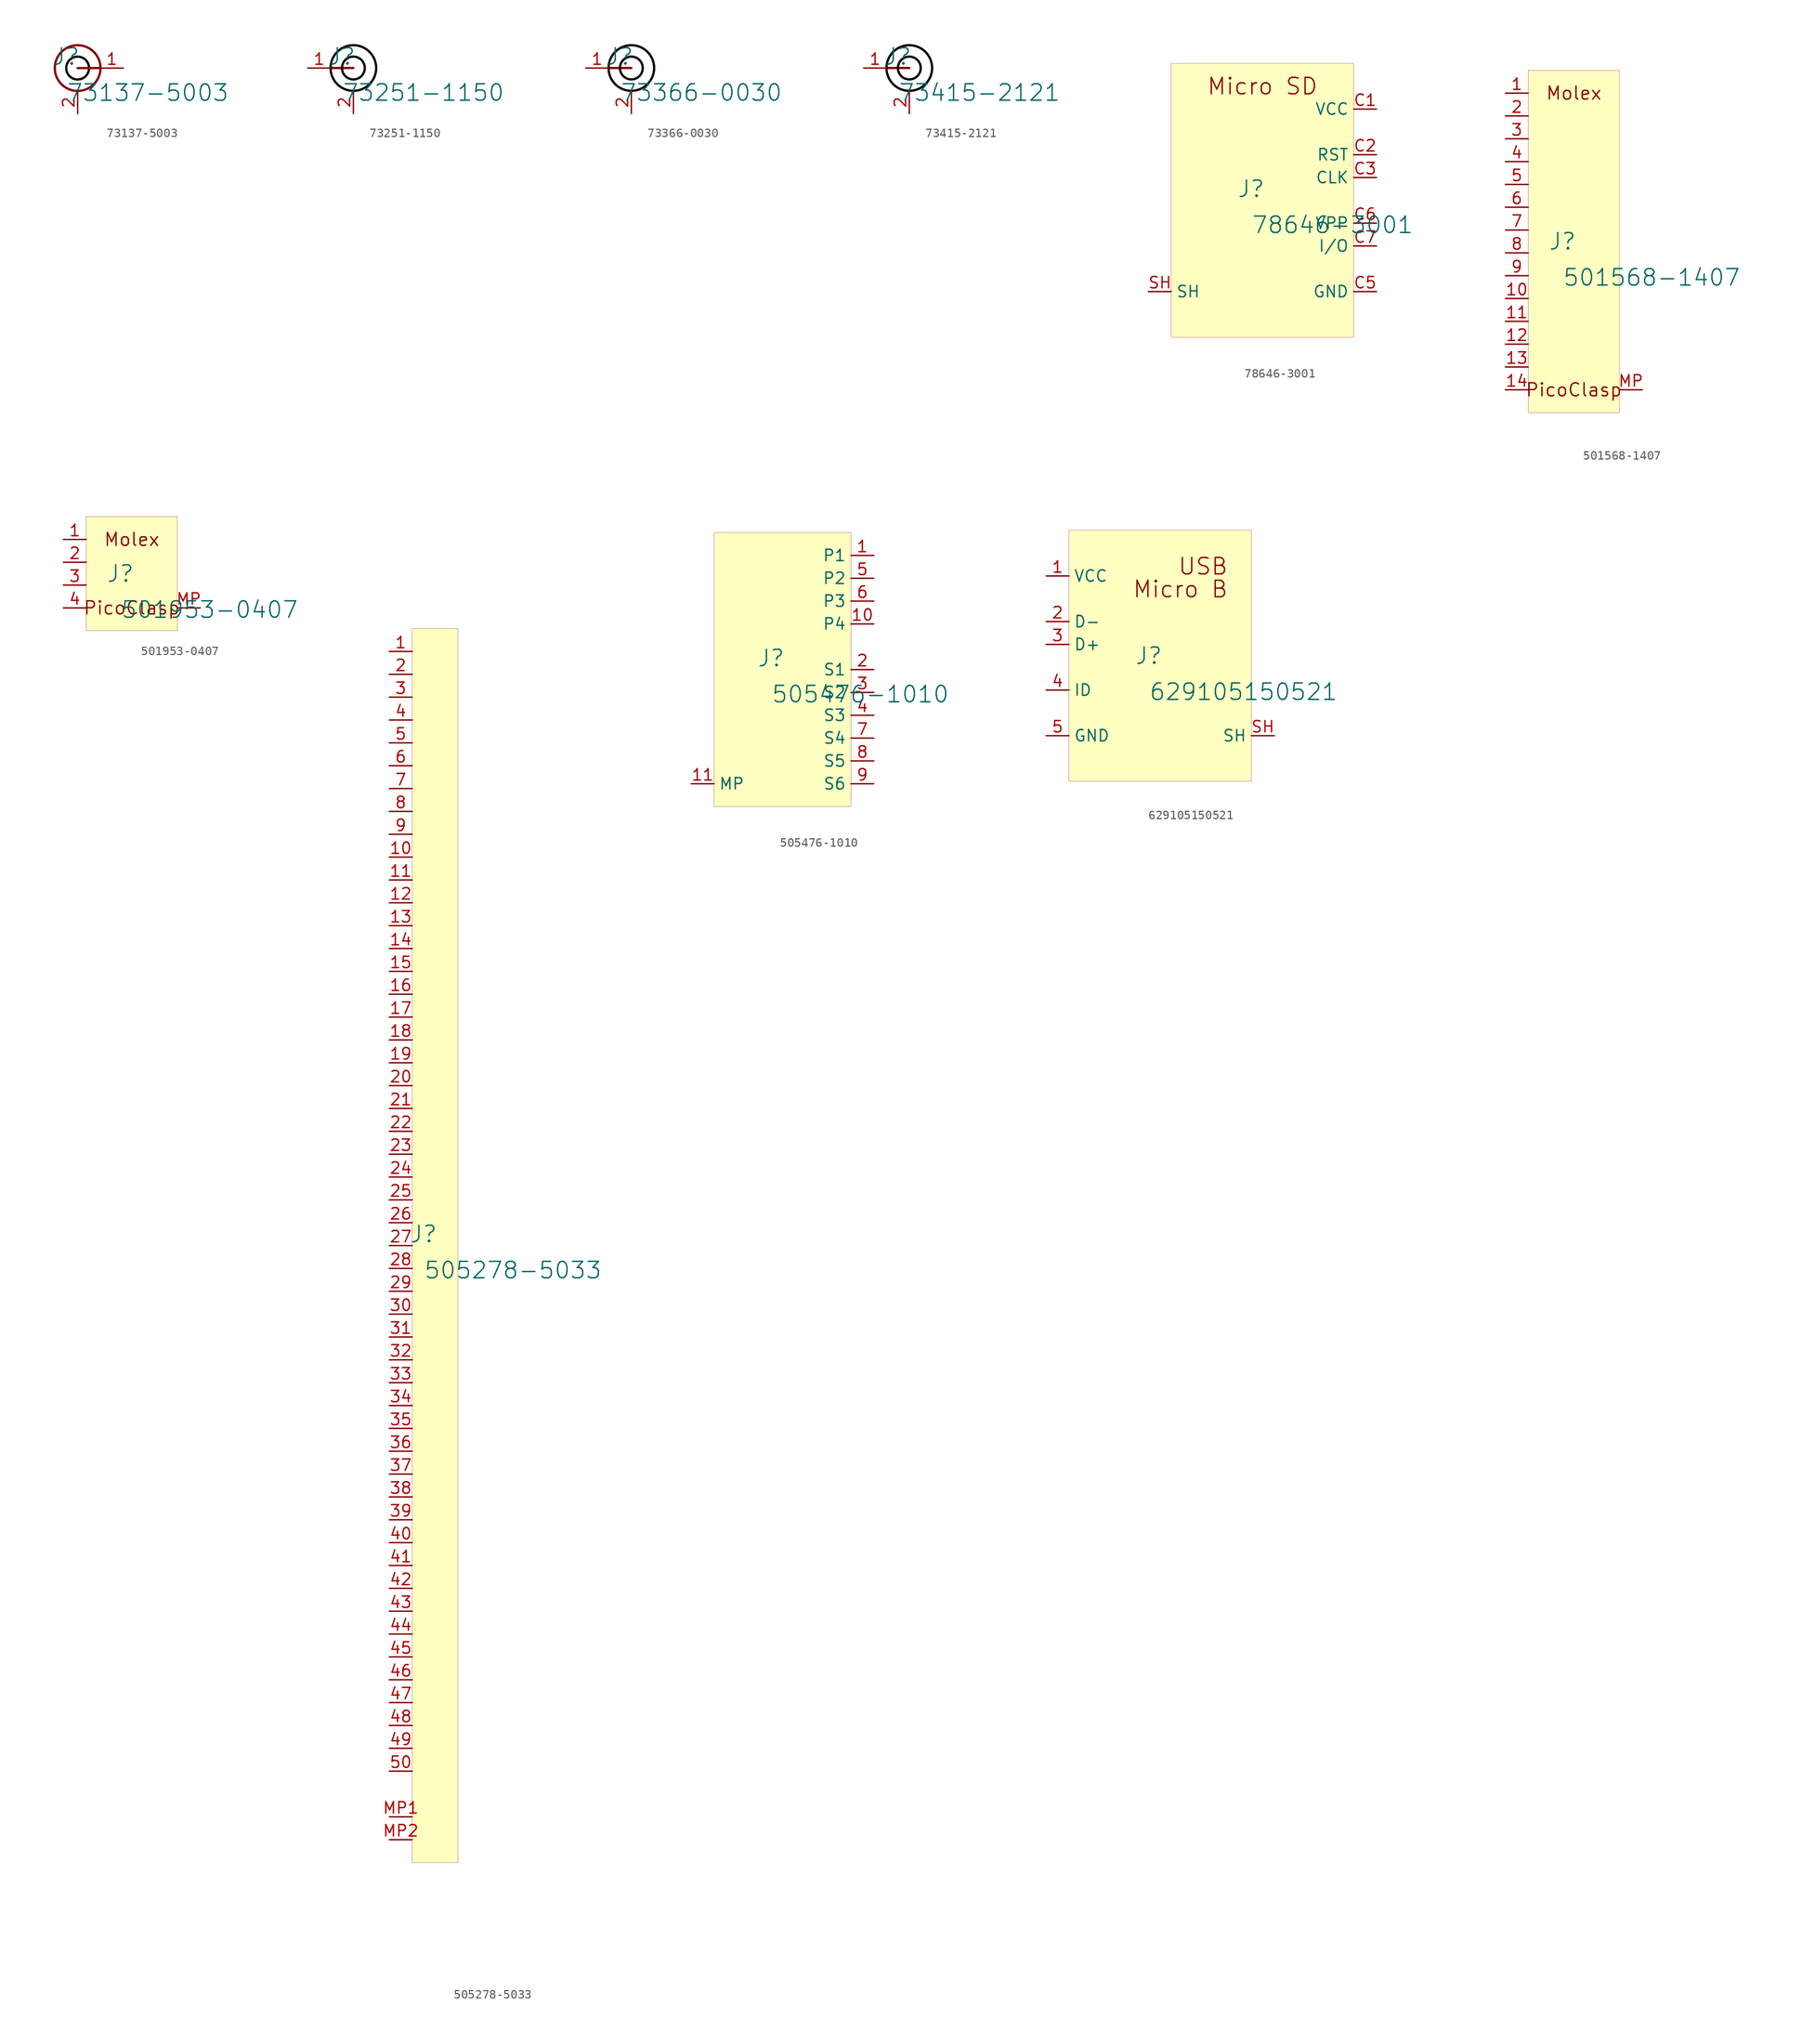
<source format=kicad_sym>
(kicad_symbol_lib
  (version 20231120)
  (generator "kicad_symbol_editor")
  (generator_version "8.0")
  (symbol "73137-5003"
    (property "Reference" "J"
      (at -1.27 1.27 0)
      (effects (font (size 1.829 1.829))))
    (property "Value" "73137-5003"
      (at -1.27 -3.81 0)
      (effects (font (size 1.829 1.829)) (justify left bottom)))
    (symbol "73137-5003_1_0"
      (polyline (pts (xy 2.54 0) (xy 0 0)) (stroke (width 0.254) (type solid)) (fill (type none)))
      (circle (center 0 0) (radius 1.27) (stroke (width 0.254) (type solid) (color 0 0 0 1)) (fill (type none)))
      (circle (center 0 0) (radius 2.54) (stroke (width 0.254) (type solid)) (fill (type none)))
      (pin passive line (at 5.08 0 180) (length 2.54) (name "1" (effects (font (size 0 0)))) (number "1" (effects (font (size 1.27 1.27)))))
      (pin passive line (at 0 -5.08 90) (length 2.54) (name "2" (effects (font (size 0 0)))) (number "2" (effects (font (size 1.27 1.27)))))))
  (symbol "73251-1150"
    (property "Reference" "J"
      (at -1.27 1.27 0)
      (effects (font (size 1.829 1.829))))
    (property "Value" "73251-1150"
      (at -1.27 -3.81 0)
      (effects (font (size 1.829 1.829)) (justify left bottom)))
    (symbol "73251-1150_1_0"
      (polyline (pts (xy -2.54 0) (xy 0 0)) (stroke (width 0.254) (type solid)) (fill (type none)))
      (circle (center 0 0) (radius 1.27) (stroke (width 0.254) (type solid) (color 0 0 0 1)) (fill (type none)))
      (circle (center 0 0) (radius 2.54) (stroke (width 0.254) (type solid) (color 0 0 0 1)) (fill (type none)))
      (pin passive line (at -5.08 0 0) (length 2.54) (name "1" (effects (font (size 0 0)))) (number "1" (effects (font (size 1.27 1.27)))))
      (pin passive line (at 0 -5.08 90) (length 2.54) (name "2" (effects (font (size 0 0)))) (number "2" (effects (font (size 1.27 1.27)))))))
  (symbol "73366-0030"
    (property "Reference" "J"
      (at -1.27 1.27 0)
      (effects (font (size 1.829 1.829))))
    (property "Value" "73366-0030"
      (at -1.27 -3.81 0)
      (effects (font (size 1.829 1.829)) (justify left bottom)))
    (symbol "73366-0030_1_0"
      (polyline (pts (xy -2.54 0) (xy 0 0)) (stroke (width 0.254) (type solid)) (fill (type none)))
      (circle (center 0 0) (radius 1.27) (stroke (width 0.254) (type solid) (color 0 0 0 1)) (fill (type none)))
      (circle (center 0 0) (radius 2.54) (stroke (width 0.254) (type solid) (color 0 0 0 1)) (fill (type none)))
      (pin passive line (at -5.08 0 0) (length 2.54) (name "1" (effects (font (size 0 0)))) (number "1" (effects (font (size 1.27 1.27)))))
      (pin passive line (at 0 -5.08 90) (length 2.54) (name "2" (effects (font (size 0 0)))) (number "2" (effects (font (size 1.27 1.27)))))))
  (symbol "73415-2121"
    (property "Reference" "J"
      (at -1.27 1.27 0)
      (effects (font (size 1.829 1.829))))
    (property "Value" "73415-2121"
      (at -1.27 -3.81 0)
      (effects (font (size 1.829 1.829)) (justify left bottom)))
    (symbol "73415-2121_1_0"
      (polyline (pts (xy -2.54 0) (xy 0 0)) (stroke (width 0.254) (type solid)) (fill (type none)))
      (circle (center 0 0) (radius 1.27) (stroke (width 0.254) (type solid) (color 0 0 0 1)) (fill (type none)))
      (circle (center 0 0) (radius 2.54) (stroke (width 0.254) (type solid) (color 0 0 0 1)) (fill (type none)))
      (pin passive line (at -5.08 0 0) (length 2.54) (name "1" (effects (font (size 0 0)))) (number "1" (effects (font (size 1.27 1.27)))))
      (pin passive line (at 0 -5.08 90) (length 2.54) (name "2" (effects (font (size 0 0)))) (number "2" (effects (font (size 1.27 1.27)))))))
  (symbol "78646-3001"
    (property "Reference" "J"
      (at -1.27 1.27 0)
      (effects (font (size 1.829 1.829))))
    (property "Value" "78646-3001"
      (at -1.27 -3.81 0)
      (effects (font (size 1.829 1.829)) (justify left bottom)))
    (symbol "78646-3001_1_0"
      (rectangle (start -10.16 15.24) (end 10.16 -15.24) (stroke (width 0.025) (type solid)) (fill (type background)))
      (text "Micro SD" (at 0 12.7 0) (effects (font (size 1.829 1.829))))
      (pin passive line (at 12.7 10.16 180) (length 2.54) (name "VCC" (effects (font (size 1.27 1.27)))) (number "C1" (effects (font (size 1.27 1.27)))))
      (pin passive line (at 12.7 5.08 180) (length 2.54) (name "RST" (effects (font (size 1.27 1.27)))) (number "C2" (effects (font (size 1.27 1.27)))))
      (pin passive line (at 12.7 2.54 180) (length 2.54) (name "CLK" (effects (font (size 1.27 1.27)))) (number "C3" (effects (font (size 1.27 1.27)))))
      (pin passive line (at 12.7 -10.16 180) (length 2.54) (name "GND" (effects (font (size 1.27 1.27)))) (number "C5" (effects (font (size 1.27 1.27)))))
      (pin passive line (at 12.7 -2.54 180) (length 2.54) (name "VPP" (effects (font (size 1.27 1.27)))) (number "C6" (effects (font (size 1.27 1.27)))))
      (pin passive line (at 12.7 -5.08 180) (length 2.54) (name "I/O" (effects (font (size 1.27 1.27)))) (number "C7" (effects (font (size 1.27 1.27)))))
      (pin passive line (at -12.7 -10.16 0) (length 2.54) (name "SH" (effects (font (size 1.27 1.27)))) (number "SH" (effects (font (size 1.27 1.27)))))))
  (symbol "501568-1407"
    (property "Reference" "J"
      (at -1.27 1.27 0)
      (effects (font (size 1.829 1.829))))
    (property "Value" "501568-1407"
      (at -1.27 -3.81 0)
      (effects (font (size 1.829 1.829)) (justify left bottom)))
    (symbol "501568-1407_1_0"
      (rectangle (start 5.08 20.32) (end -5.08 -17.78) (stroke (width 0.025) (type solid) (color 128 0 0 1)) (fill (type background)))
      (text "Molex" (at 0 17.78 0) (effects (font (size 1.448 1.448))))
      (text "PicoClasp" (at 0 -15.24 0) (effects (font (size 1.448 1.448))))
      (pin passive line (at -7.62 17.78 0) (length 2.54) (name "1" (effects (font (size 0 0)))) (number "1" (effects (font (size 1.27 1.27)))))
      (pin passive line (at -7.62 -5.08 0) (length 2.54) (name "10" (effects (font (size 0 0)))) (number "10" (effects (font (size 1.27 1.27)))))
      (pin passive line (at -7.62 -7.62 0) (length 2.54) (name "11" (effects (font (size 0 0)))) (number "11" (effects (font (size 1.27 1.27)))))
      (pin passive line (at -7.62 -10.16 0) (length 2.54) (name "12" (effects (font (size 0 0)))) (number "12" (effects (font (size 1.27 1.27)))))
      (pin passive line (at -7.62 -12.7 0) (length 2.54) (name "13" (effects (font (size 0 0)))) (number "13" (effects (font (size 1.27 1.27)))))
      (pin passive line (at -7.62 -15.24 0) (length 2.54) (name "14" (effects (font (size 0 0)))) (number "14" (effects (font (size 1.27 1.27)))))
      (pin passive line (at -7.62 15.24 0) (length 2.54) (name "2" (effects (font (size 0 0)))) (number "2" (effects (font (size 1.27 1.27)))))
      (pin passive line (at -7.62 12.7 0) (length 2.54) (name "3" (effects (font (size 0 0)))) (number "3" (effects (font (size 1.27 1.27)))))
      (pin passive line (at -7.62 10.16 0) (length 2.54) (name "4" (effects (font (size 0 0)))) (number "4" (effects (font (size 1.27 1.27)))))
      (pin passive line (at -7.62 7.62 0) (length 2.54) (name "5" (effects (font (size 0 0)))) (number "5" (effects (font (size 1.27 1.27)))))
      (pin passive line (at -7.62 5.08 0) (length 2.54) (name "6" (effects (font (size 0 0)))) (number "6" (effects (font (size 1.27 1.27)))))
      (pin passive line (at -7.62 2.54 0) (length 2.54) (name "7" (effects (font (size 0 0)))) (number "7" (effects (font (size 1.27 1.27)))))
      (pin passive line (at -7.62 0 0) (length 2.54) (name "8" (effects (font (size 0 0)))) (number "8" (effects (font (size 1.27 1.27)))))
      (pin passive line (at -7.62 -2.54 0) (length 2.54) (name "9" (effects (font (size 0 0)))) (number "9" (effects (font (size 1.27 1.27)))))
      (pin passive line (at 7.62 -15.24 180) (length 2.54) (name "MP" (effects (font (size 0 0)))) (number "MP" (effects (font (size 1.27 1.27)))))))
  (symbol "501953-0407"
    (property "Reference" "J"
      (at -1.27 1.27 0)
      (effects (font (size 1.829 1.829))))
    (property "Value" "501953-0407"
      (at -1.27 -3.81 0)
      (effects (font (size 1.829 1.829)) (justify left bottom)))
    (symbol "501953-0407_1_0"
      (rectangle (start 5.08 7.62) (end -5.08 -5.08) (stroke (width 0.025) (type solid) (color 128 0 0 1)) (fill (type background)))
      (text "Molex" (at 0 5.08 0) (effects (font (size 1.448 1.448))))
      (text "PicoClasp" (at 0 -2.54 0) (effects (font (size 1.448 1.448))))
      (pin passive line (at -7.62 5.08 0) (length 2.54) (name "1" (effects (font (size 0 0)))) (number "1" (effects (font (size 1.27 1.27)))))
      (pin passive line (at -7.62 2.54 0) (length 2.54) (name "2" (effects (font (size 0 0)))) (number "2" (effects (font (size 1.27 1.27)))))
      (pin passive line (at -7.62 0 0) (length 2.54) (name "3" (effects (font (size 0 0)))) (number "3" (effects (font (size 1.27 1.27)))))
      (pin passive line (at -7.62 -2.54 0) (length 2.54) (name "4" (effects (font (size 0 0)))) (number "4" (effects (font (size 1.27 1.27)))))
      (pin passive line (at 7.62 -2.54 180) (length 2.54) (name "MP" (effects (font (size 0 0)))) (number "MP" (effects (font (size 1.27 1.27)))))))
  (symbol "505278-5033"
    (property "Reference" "J"
      (at -1.27 1.27 0)
      (effects (font (size 1.829 1.829))))
    (property "Value" "505278-5033"
      (at -1.27 -3.81 0)
      (effects (font (size 1.829 1.829)) (justify left bottom)))
    (symbol "505278-5033_1_0"
      (rectangle (start 2.54 68.58) (end -2.54 -68.58) (stroke (width 0.025) (type solid) (color 128 0 0 1)) (fill (type background)))
      (pin passive line (at -5.08 66.04 0) (length 2.54) (name "" (effects (font (size 0 0)))) (number "1" (effects (font (size 1.27 1.27)))))
      (pin passive line (at -5.08 43.18 0) (length 2.54) (name "" (effects (font (size 0 0)))) (number "10" (effects (font (size 1.27 1.27)))))
      (pin passive line (at -5.08 40.64 0) (length 2.54) (name "" (effects (font (size 0 0)))) (number "11" (effects (font (size 1.27 1.27)))))
      (pin passive line (at -5.08 38.1 0) (length 2.54) (name "" (effects (font (size 0 0)))) (number "12" (effects (font (size 1.27 1.27)))))
      (pin passive line (at -5.08 35.56 0) (length 2.54) (name "" (effects (font (size 0 0)))) (number "13" (effects (font (size 1.27 1.27)))))
      (pin passive line (at -5.08 33.02 0) (length 2.54) (name "" (effects (font (size 0 0)))) (number "14" (effects (font (size 1.27 1.27)))))
      (pin passive line (at -5.08 30.48 0) (length 2.54) (name "" (effects (font (size 0 0)))) (number "15" (effects (font (size 1.27 1.27)))))
      (pin passive line (at -5.08 27.94 0) (length 2.54) (name "" (effects (font (size 0 0)))) (number "16" (effects (font (size 1.27 1.27)))))
      (pin passive line (at -5.08 25.4 0) (length 2.54) (name "" (effects (font (size 0 0)))) (number "17" (effects (font (size 1.27 1.27)))))
      (pin passive line (at -5.08 22.86 0) (length 2.54) (name "" (effects (font (size 0 0)))) (number "18" (effects (font (size 1.27 1.27)))))
      (pin passive line (at -5.08 20.32 0) (length 2.54) (name "" (effects (font (size 0 0)))) (number "19" (effects (font (size 1.27 1.27)))))
      (pin passive line (at -5.08 63.5 0) (length 2.54) (name "" (effects (font (size 0 0)))) (number "2" (effects (font (size 1.27 1.27)))))
      (pin passive line (at -5.08 17.78 0) (length 2.54) (name "" (effects (font (size 0 0)))) (number "20" (effects (font (size 1.27 1.27)))))
      (pin passive line (at -5.08 15.24 0) (length 2.54) (name "" (effects (font (size 0 0)))) (number "21" (effects (font (size 1.27 1.27)))))
      (pin passive line (at -5.08 12.7 0) (length 2.54) (name "" (effects (font (size 0 0)))) (number "22" (effects (font (size 1.27 1.27)))))
      (pin passive line (at -5.08 10.16 0) (length 2.54) (name "" (effects (font (size 0 0)))) (number "23" (effects (font (size 1.27 1.27)))))
      (pin passive line (at -5.08 7.62 0) (length 2.54) (name "" (effects (font (size 0 0)))) (number "24" (effects (font (size 1.27 1.27)))))
      (pin passive line (at -5.08 5.08 0) (length 2.54) (name "" (effects (font (size 0 0)))) (number "25" (effects (font (size 1.27 1.27)))))
      (pin passive line (at -5.08 2.54 0) (length 2.54) (name "" (effects (font (size 0 0)))) (number "26" (effects (font (size 1.27 1.27)))))
      (pin passive line (at -5.08 0 0) (length 2.54) (name "" (effects (font (size 0 0)))) (number "27" (effects (font (size 1.27 1.27)))))
      (pin passive line (at -5.08 -2.54 0) (length 2.54) (name "" (effects (font (size 0 0)))) (number "28" (effects (font (size 1.27 1.27)))))
      (pin passive line (at -5.08 -5.08 0) (length 2.54) (name "" (effects (font (size 0 0)))) (number "29" (effects (font (size 1.27 1.27)))))
      (pin passive line (at -5.08 60.96 0) (length 2.54) (name "" (effects (font (size 0 0)))) (number "3" (effects (font (size 1.27 1.27)))))
      (pin passive line (at -5.08 -7.62 0) (length 2.54) (name "" (effects (font (size 0 0)))) (number "30" (effects (font (size 1.27 1.27)))))
      (pin passive line (at -5.08 -10.16 0) (length 2.54) (name "" (effects (font (size 0 0)))) (number "31" (effects (font (size 1.27 1.27)))))
      (pin passive line (at -5.08 -12.7 0) (length 2.54) (name "" (effects (font (size 0 0)))) (number "32" (effects (font (size 1.27 1.27)))))
      (pin passive line (at -5.08 -15.24 0) (length 2.54) (name "" (effects (font (size 0 0)))) (number "33" (effects (font (size 1.27 1.27)))))
      (pin passive line (at -5.08 -17.78 0) (length 2.54) (name "" (effects (font (size 0 0)))) (number "34" (effects (font (size 1.27 1.27)))))
      (pin passive line (at -5.08 -20.32 0) (length 2.54) (name "" (effects (font (size 0 0)))) (number "35" (effects (font (size 1.27 1.27)))))
      (pin passive line (at -5.08 -22.86 0) (length 2.54) (name "" (effects (font (size 0 0)))) (number "36" (effects (font (size 1.27 1.27)))))
      (pin passive line (at -5.08 -25.4 0) (length 2.54) (name "" (effects (font (size 0 0)))) (number "37" (effects (font (size 1.27 1.27)))))
      (pin passive line (at -5.08 -27.94 0) (length 2.54) (name "" (effects (font (size 0 0)))) (number "38" (effects (font (size 1.27 1.27)))))
      (pin passive line (at -5.08 -30.48 0) (length 2.54) (name "" (effects (font (size 0 0)))) (number "39" (effects (font (size 1.27 1.27)))))
      (pin passive line (at -5.08 58.42 0) (length 2.54) (name "" (effects (font (size 0 0)))) (number "4" (effects (font (size 1.27 1.27)))))
      (pin passive line (at -5.08 -33.02 0) (length 2.54) (name "" (effects (font (size 0 0)))) (number "40" (effects (font (size 1.27 1.27)))))
      (pin passive line (at -5.08 -35.56 0) (length 2.54) (name "" (effects (font (size 0 0)))) (number "41" (effects (font (size 1.27 1.27)))))
      (pin passive line (at -5.08 -38.1 0) (length 2.54) (name "" (effects (font (size 0 0)))) (number "42" (effects (font (size 1.27 1.27)))))
      (pin passive line (at -5.08 -40.64 0) (length 2.54) (name "" (effects (font (size 0 0)))) (number "43" (effects (font (size 1.27 1.27)))))
      (pin passive line (at -5.08 -43.18 0) (length 2.54) (name "" (effects (font (size 0 0)))) (number "44" (effects (font (size 1.27 1.27)))))
      (pin passive line (at -5.08 -45.72 0) (length 2.54) (name "" (effects (font (size 0 0)))) (number "45" (effects (font (size 1.27 1.27)))))
      (pin passive line (at -5.08 -48.26 0) (length 2.54) (name "" (effects (font (size 0 0)))) (number "46" (effects (font (size 1.27 1.27)))))
      (pin passive line (at -5.08 -50.8 0) (length 2.54) (name "" (effects (font (size 0 0)))) (number "47" (effects (font (size 1.27 1.27)))))
      (pin passive line (at -5.08 -53.34 0) (length 2.54) (name "" (effects (font (size 0 0)))) (number "48" (effects (font (size 1.27 1.27)))))
      (pin passive line (at -5.08 -55.88 0) (length 2.54) (name "" (effects (font (size 0 0)))) (number "49" (effects (font (size 1.27 1.27)))))
      (pin passive line (at -5.08 55.88 0) (length 2.54) (name "" (effects (font (size 0 0)))) (number "5" (effects (font (size 1.27 1.27)))))
      (pin passive line (at -5.08 -58.42 0) (length 2.54) (name "" (effects (font (size 0 0)))) (number "50" (effects (font (size 1.27 1.27)))))
      (pin passive line (at -5.08 53.34 0) (length 2.54) (name "" (effects (font (size 0 0)))) (number "6" (effects (font (size 1.27 1.27)))))
      (pin passive line (at -5.08 50.8 0) (length 2.54) (name "" (effects (font (size 0 0)))) (number "7" (effects (font (size 1.27 1.27)))))
      (pin passive line (at -5.08 48.26 0) (length 2.54) (name "" (effects (font (size 0 0)))) (number "8" (effects (font (size 1.27 1.27)))))
      (pin passive line (at -5.08 45.72 0) (length 2.54) (name "" (effects (font (size 0 0)))) (number "9" (effects (font (size 1.27 1.27)))))
      (pin passive line (at -5.08 -63.5 0) (length 2.54) (name "" (effects (font (size 0 0)))) (number "MP1" (effects (font (size 1.27 1.27)))))
      (pin passive line (at -5.08 -66.04 0) (length 2.54) (name "" (effects (font (size 0 0)))) (number "MP2" (effects (font (size 1.27 1.27)))))))
  (symbol "505476-1010"
    (property "Reference" "J"
      (at -1.27 1.27 0)
      (effects (font (size 1.829 1.829))))
    (property "Value" "505476-1010"
      (at -1.27 -3.81 0)
      (effects (font (size 1.829 1.829)) (justify left bottom)))
    (symbol "505476-1010_1_0"
      (rectangle (start 7.62 15.24) (end -7.62 -15.24) (stroke (width 0.025) (type solid) (color 128 0 0 1)) (fill (type background)))
      (pin power_in line (at 10.16 12.7 180) (length 2.54) (name "P1" (effects (font (size 1.27 1.27)))) (number "1" (effects (font (size 1.27 1.27)))))
      (pin power_in line (at 10.16 5.08 180) (length 2.54) (name "P4" (effects (font (size 1.27 1.27)))) (number "10" (effects (font (size 1.27 1.27)))))
      (pin passive line (at -10.16 -12.7 0) (length 2.54) (name "MP" (effects (font (size 1.27 1.27)))) (number "11" (effects (font (size 1.27 1.27)))))
      (pin bidirectional line (at 10.16 0 180) (length 2.54) (name "S1" (effects (font (size 1.27 1.27)))) (number "2" (effects (font (size 1.27 1.27)))))
      (pin bidirectional line (at 10.16 -2.54 180) (length 2.54) (name "S2" (effects (font (size 1.27 1.27)))) (number "3" (effects (font (size 1.27 1.27)))))
      (pin bidirectional line (at 10.16 -5.08 180) (length 2.54) (name "S3" (effects (font (size 1.27 1.27)))) (number "4" (effects (font (size 1.27 1.27)))))
      (pin power_in line (at 10.16 10.16 180) (length 2.54) (name "P2" (effects (font (size 1.27 1.27)))) (number "5" (effects (font (size 1.27 1.27)))))
      (pin power_in line (at 10.16 7.62 180) (length 2.54) (name "P3" (effects (font (size 1.27 1.27)))) (number "6" (effects (font (size 1.27 1.27)))))
      (pin bidirectional line (at 10.16 -7.62 180) (length 2.54) (name "S4" (effects (font (size 1.27 1.27)))) (number "7" (effects (font (size 1.27 1.27)))))
      (pin bidirectional line (at 10.16 -10.16 180) (length 2.54) (name "S5" (effects (font (size 1.27 1.27)))) (number "8" (effects (font (size 1.27 1.27)))))
      (pin bidirectional line (at 10.16 -12.7 180) (length 2.54) (name "S6" (effects (font (size 1.27 1.27)))) (number "9" (effects (font (size 1.27 1.27)))))))
  (symbol "629105150521"
    (property "Reference" "J"
      (at -1.27 1.27 0)
      (effects (font (size 1.829 1.829))))
    (property "Value" "629105150521"
      (at -1.27 -3.81 0)
      (effects (font (size 1.829 1.829)) (justify left bottom)))
    (symbol "629105150521_1_0"
      (rectangle (start -10.16 15.24) (end 10.16 -12.7) (stroke (width 0.025) (type solid)) (fill (type background)))
      (text "Micro B" (at 7.62 7.62 0) (effects (font (size 1.829 1.829)) (justify right bottom)))
      (text "USB" (at 7.62 10.16 0) (effects (font (size 1.829 1.829)) (justify right bottom)))
      (pin passive line (at -12.7 10.16 0) (length 2.54) (name "VCC" (effects (font (size 1.27 1.27)))) (number "1" (effects (font (size 1.27 1.27)))))
      (pin passive line (at -12.7 5.08 0) (length 2.54) (name "D-" (effects (font (size 1.27 1.27)))) (number "2" (effects (font (size 1.27 1.27)))))
      (pin passive line (at -12.7 2.54 0) (length 2.54) (name "D+" (effects (font (size 1.27 1.27)))) (number "3" (effects (font (size 1.27 1.27)))))
      (pin passive line (at -12.7 -2.54 0) (length 2.54) (name "ID" (effects (font (size 1.27 1.27)))) (number "4" (effects (font (size 1.27 1.27)))))
      (pin passive line (at -12.7 -7.62 0) (length 2.54) (name "GND" (effects (font (size 1.27 1.27)))) (number "5" (effects (font (size 1.27 1.27)))))
      (pin passive line (at 12.7 -7.62 180) (length 2.54) (name "SH" (effects (font (size 1.27 1.27)))) (number "SH" (effects (font (size 1.27 1.27))))))))
</source>
